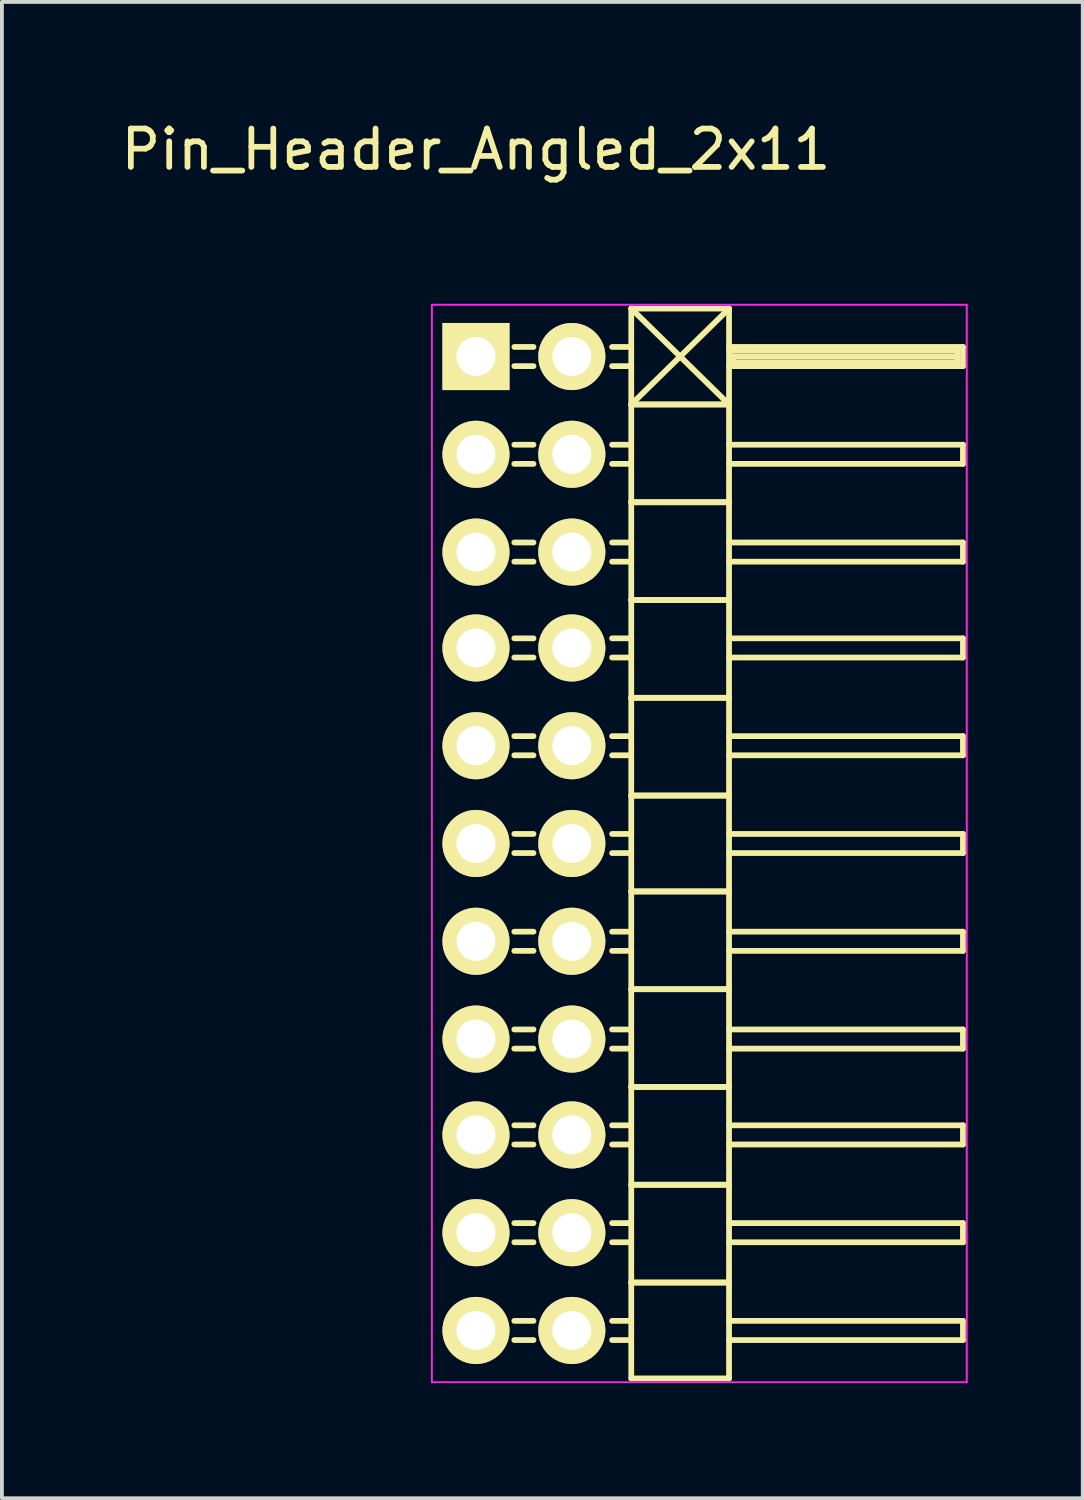
<source format=kicad_pcb>
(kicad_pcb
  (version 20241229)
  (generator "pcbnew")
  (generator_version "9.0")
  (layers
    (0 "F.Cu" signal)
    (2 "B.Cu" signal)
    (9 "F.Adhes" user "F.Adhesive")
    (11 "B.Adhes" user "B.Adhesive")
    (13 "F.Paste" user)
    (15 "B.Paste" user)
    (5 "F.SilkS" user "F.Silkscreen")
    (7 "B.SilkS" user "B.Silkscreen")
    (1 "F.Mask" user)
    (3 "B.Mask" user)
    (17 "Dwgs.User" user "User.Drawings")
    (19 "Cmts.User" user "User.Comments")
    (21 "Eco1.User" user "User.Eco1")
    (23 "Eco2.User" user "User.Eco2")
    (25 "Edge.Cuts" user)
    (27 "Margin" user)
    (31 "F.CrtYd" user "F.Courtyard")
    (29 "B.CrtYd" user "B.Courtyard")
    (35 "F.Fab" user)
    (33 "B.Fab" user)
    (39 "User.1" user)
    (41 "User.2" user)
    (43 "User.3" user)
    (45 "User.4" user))
  (footprint "Pin_Header_Angled_2x11"
    (layer "F.Cu")
    (at 9.363 6.248)
    (property "Reference" "Pin_Header_Angled_2x11" (at 0 -5.4 0) (layer "F.SilkS") (effects (font (size 1 1) (thickness 0.15))))
    (attr through_hole)
    (fp_line (start 1.5 -0.25) (end 1 -0.25) (stroke (width 0.15) (type solid)) (layer "F.SilkS"))
    (fp_line (start 1.5 0.25) (end 1 0.25) (stroke (width 0.15) (type solid)) (layer "F.SilkS"))
    (fp_line (start 1.5 2.3) (end 1 2.3) (stroke (width 0.15) (type solid)) (layer "F.SilkS"))
    (fp_line (start 1.5 2.8) (end 1 2.8) (stroke (width 0.15) (type solid)) (layer "F.SilkS"))
    (fp_line (start 1.5 4.85) (end 1 4.85) (stroke (width 0.15) (type solid)) (layer "F.SilkS"))
    (fp_line (start 1.5 5.35) (end 1 5.35) (stroke (width 0.15) (type solid)) (layer "F.SilkS"))
    (fp_line (start 1.5 7.35) (end 1 7.35) (stroke (width 0.15) (type solid)) (layer "F.SilkS"))
    (fp_line (start 1.5 7.85) (end 1 7.85) (stroke (width 0.15) (type solid)) (layer "F.SilkS"))
    (fp_line (start 1.5 9.9) (end 1 9.9) (stroke (width 0.15) (type solid)) (layer "F.SilkS"))
    (fp_line (start 1.5 10.4) (end 1 10.4) (stroke (width 0.15) (type solid)) (layer "F.SilkS"))
    (fp_line (start 1.5 12.45) (end 1 12.45) (stroke (width 0.15) (type solid)) (layer "F.SilkS"))
    (fp_line (start 1.5 12.95) (end 1 12.95) (stroke (width 0.15) (type solid)) (layer "F.SilkS"))
    (fp_line (start 1.5 15) (end 1 15) (stroke (width 0.15) (type solid)) (layer "F.SilkS"))
    (fp_line (start 1.5 15.5) (end 1 15.5) (stroke (width 0.15) (type solid)) (layer "F.SilkS"))
    (fp_line (start 1.5 17.55) (end 1 17.55) (stroke (width 0.15) (type solid)) (layer "F.SilkS"))
    (fp_line (start 1.5 18.05) (end 1 18.05) (stroke (width 0.15) (type solid)) (layer "F.SilkS"))
    (fp_line (start 1.5 20.05) (end 1 20.05) (stroke (width 0.15) (type solid)) (layer "F.SilkS"))
    (fp_line (start 1.5 20.55) (end 1 20.55) (stroke (width 0.15) (type solid)) (layer "F.SilkS"))
    (fp_line (start 1.5 22.6) (end 1 22.6) (stroke (width 0.15) (type solid)) (layer "F.SilkS"))
    (fp_line (start 1.5 23.1) (end 1 23.1) (stroke (width 0.15) (type solid)) (layer "F.SilkS"))
    (fp_line (start 1.5 25.15) (end 1 25.15) (stroke (width 0.15) (type solid)) (layer "F.SilkS"))
    (fp_line (start 1.5 25.65) (end 1 25.65) (stroke (width 0.15) (type solid)) (layer "F.SilkS"))
    (fp_line (start 4.05 -1.25) (end 4.05 1.25) (stroke (width 0.15) (type solid)) (layer "F.SilkS"))
    (fp_line (start 4.05 -1.25) (end 6.6 -1.25) (stroke (width 0.15) (type solid)) (layer "F.SilkS"))
    (fp_line (start 4.05 -1.25) (end 6.6 1.25) (stroke (width 0.15) (type solid)) (layer "F.SilkS"))
    (fp_line (start 4.05 -0.25) (end 3.55 -0.25) (stroke (width 0.15) (type solid)) (layer "F.SilkS"))
    (fp_line (start 4.05 0.25) (end 3.55 0.25) (stroke (width 0.15) (type solid)) (layer "F.SilkS"))
    (fp_line (start 4.05 1.25) (end 4.05 3.8) (stroke (width 0.15) (type solid)) (layer "F.SilkS"))
    (fp_line (start 4.05 1.25) (end 6.6 1.25) (stroke (width 0.15) (type solid)) (layer "F.SilkS"))
    (fp_line (start 4.05 1.25) (end 6.6 1.25) (stroke (width 0.15) (type solid)) (layer "F.SilkS"))
    (fp_line (start 4.05 2.3) (end 3.55 2.3) (stroke (width 0.15) (type solid)) (layer "F.SilkS"))
    (fp_line (start 4.05 2.8) (end 3.55 2.8) (stroke (width 0.15) (type solid)) (layer "F.SilkS"))
    (fp_line (start 4.05 3.8) (end 4.05 6.35) (stroke (width 0.15) (type solid)) (layer "F.SilkS"))
    (fp_line (start 4.05 3.8) (end 6.6 3.8) (stroke (width 0.15) (type solid)) (layer "F.SilkS"))
    (fp_line (start 4.05 3.8) (end 6.6 3.8) (stroke (width 0.15) (type solid)) (layer "F.SilkS"))
    (fp_line (start 4.05 4.85) (end 3.55 4.85) (stroke (width 0.15) (type solid)) (layer "F.SilkS"))
    (fp_line (start 4.05 5.35) (end 3.55 5.35) (stroke (width 0.15) (type solid)) (layer "F.SilkS"))
    (fp_line (start 4.05 6.35) (end 4.05 8.9) (stroke (width 0.15) (type solid)) (layer "F.SilkS"))
    (fp_line (start 4.05 6.35) (end 6.6 6.35) (stroke (width 0.15) (type solid)) (layer "F.SilkS"))
    (fp_line (start 4.05 6.35) (end 6.6 6.35) (stroke (width 0.15) (type solid)) (layer "F.SilkS"))
    (fp_line (start 4.05 7.35) (end 3.55 7.35) (stroke (width 0.15) (type solid)) (layer "F.SilkS"))
    (fp_line (start 4.05 7.85) (end 3.55 7.85) (stroke (width 0.15) (type solid)) (layer "F.SilkS"))
    (fp_line (start 4.05 8.9) (end 4.05 11.45) (stroke (width 0.15) (type solid)) (layer "F.SilkS"))
    (fp_line (start 4.05 8.9) (end 6.6 8.9) (stroke (width 0.15) (type solid)) (layer "F.SilkS"))
    (fp_line (start 4.05 8.9) (end 6.6 8.9) (stroke (width 0.15) (type solid)) (layer "F.SilkS"))
    (fp_line (start 4.05 9.9) (end 3.55 9.9) (stroke (width 0.15) (type solid)) (layer "F.SilkS"))
    (fp_line (start 4.05 10.4) (end 3.55 10.4) (stroke (width 0.15) (type solid)) (layer "F.SilkS"))
    (fp_line (start 4.05 11.45) (end 4.05 13.95) (stroke (width 0.15) (type solid)) (layer "F.SilkS"))
    (fp_line (start 4.05 11.45) (end 6.6 11.45) (stroke (width 0.15) (type solid)) (layer "F.SilkS"))
    (fp_line (start 4.05 11.45) (end 6.6 11.45) (stroke (width 0.15) (type solid)) (layer "F.SilkS"))
    (fp_line (start 4.05 12.45) (end 3.55 12.45) (stroke (width 0.15) (type solid)) (layer "F.SilkS"))
    (fp_line (start 4.05 12.95) (end 3.55 12.95) (stroke (width 0.15) (type solid)) (layer "F.SilkS"))
    (fp_line (start 4.05 13.95) (end 4.05 16.5) (stroke (width 0.15) (type solid)) (layer "F.SilkS"))
    (fp_line (start 4.05 13.95) (end 6.6 13.95) (stroke (width 0.15) (type solid)) (layer "F.SilkS"))
    (fp_line (start 4.05 13.95) (end 6.6 13.95) (stroke (width 0.15) (type solid)) (layer "F.SilkS"))
    (fp_line (start 4.05 15) (end 3.55 15) (stroke (width 0.15) (type solid)) (layer "F.SilkS"))
    (fp_line (start 4.05 15.5) (end 3.55 15.5) (stroke (width 0.15) (type solid)) (layer "F.SilkS"))
    (fp_line (start 4.05 16.5) (end 4.05 19.05) (stroke (width 0.15) (type solid)) (layer "F.SilkS"))
    (fp_line (start 4.05 16.5) (end 6.6 16.5) (stroke (width 0.15) (type solid)) (layer "F.SilkS"))
    (fp_line (start 4.05 16.5) (end 6.6 16.5) (stroke (width 0.15) (type solid)) (layer "F.SilkS"))
    (fp_line (start 4.05 17.55) (end 3.55 17.55) (stroke (width 0.15) (type solid)) (layer "F.SilkS"))
    (fp_line (start 4.05 18.05) (end 3.55 18.05) (stroke (width 0.15) (type solid)) (layer "F.SilkS"))
    (fp_line (start 4.05 19.05) (end 4.05 21.6) (stroke (width 0.15) (type solid)) (layer "F.SilkS"))
    (fp_line (start 4.05 19.05) (end 6.6 19.05) (stroke (width 0.15) (type solid)) (layer "F.SilkS"))
    (fp_line (start 4.05 19.05) (end 6.6 19.05) (stroke (width 0.15) (type solid)) (layer "F.SilkS"))
    (fp_line (start 4.05 20.05) (end 3.55 20.05) (stroke (width 0.15) (type solid)) (layer "F.SilkS"))
    (fp_line (start 4.05 20.55) (end 3.55 20.55) (stroke (width 0.15) (type solid)) (layer "F.SilkS"))
    (fp_line (start 4.05 21.6) (end 4.05 24.15) (stroke (width 0.15) (type solid)) (layer "F.SilkS"))
    (fp_line (start 4.05 21.6) (end 6.6 21.6) (stroke (width 0.15) (type solid)) (layer "F.SilkS"))
    (fp_line (start 4.05 21.6) (end 6.6 21.6) (stroke (width 0.15) (type solid)) (layer "F.SilkS"))
    (fp_line (start 4.05 22.6) (end 3.55 22.6) (stroke (width 0.15) (type solid)) (layer "F.SilkS"))
    (fp_line (start 4.05 23.1) (end 3.55 23.1) (stroke (width 0.15) (type solid)) (layer "F.SilkS"))
    (fp_line (start 4.05 24.15) (end 4.05 26.65) (stroke (width 0.15) (type solid)) (layer "F.SilkS"))
    (fp_line (start 4.05 24.15) (end 6.6 24.15) (stroke (width 0.15) (type solid)) (layer "F.SilkS"))
    (fp_line (start 4.05 24.15) (end 6.6 24.15) (stroke (width 0.15) (type solid)) (layer "F.SilkS"))
    (fp_line (start 4.05 25.15) (end 3.55 25.15) (stroke (width 0.15) (type solid)) (layer "F.SilkS"))
    (fp_line (start 4.05 25.65) (end 3.55 25.65) (stroke (width 0.15) (type solid)) (layer "F.SilkS"))
    (fp_line (start 4.05 26.65) (end 6.6 26.65) (stroke (width 0.15) (type solid)) (layer "F.SilkS"))
    (fp_line (start 6.6 -1.25) (end 4.05 1.25) (stroke (width 0.15) (type solid)) (layer "F.SilkS"))
    (fp_line (start 6.6 -0.25) (end 12.7 -0.25) (stroke (width 0.15) (type solid)) (layer "F.SilkS"))
    (fp_line (start 6.6 -0.15) (end 12.55 -0.15) (stroke (width 0.15) (type solid)) (layer "F.SilkS"))
    (fp_line (start 6.6 1.25) (end 6.6 -1.25) (stroke (width 0.15) (type solid)) (layer "F.SilkS"))
    (fp_line (start 6.6 2.3) (end 12.7 2.3) (stroke (width 0.15) (type solid)) (layer "F.SilkS"))
    (fp_line (start 6.6 3.8) (end 6.6 1.25) (stroke (width 0.15) (type solid)) (layer "F.SilkS"))
    (fp_line (start 6.6 4.85) (end 12.7 4.85) (stroke (width 0.15) (type solid)) (layer "F.SilkS"))
    (fp_line (start 6.6 6.35) (end 6.6 3.8) (stroke (width 0.15) (type solid)) (layer "F.SilkS"))
    (fp_line (start 6.6 7.35) (end 12.7 7.35) (stroke (width 0.15) (type solid)) (layer "F.SilkS"))
    (fp_line (start 6.6 8.9) (end 6.6 6.35) (stroke (width 0.15) (type solid)) (layer "F.SilkS"))
    (fp_line (start 6.6 9.9) (end 12.7 9.9) (stroke (width 0.15) (type solid)) (layer "F.SilkS"))
    (fp_line (start 6.6 11.45) (end 6.6 8.9) (stroke (width 0.15) (type solid)) (layer "F.SilkS"))
    (fp_line (start 6.6 12.45) (end 12.7 12.45) (stroke (width 0.15) (type solid)) (layer "F.SilkS"))
    (fp_line (start 6.6 13.95) (end 6.6 11.45) (stroke (width 0.15) (type solid)) (layer "F.SilkS"))
    (fp_line (start 6.6 15) (end 12.7 15) (stroke (width 0.15) (type solid)) (layer "F.SilkS"))
    (fp_line (start 6.6 16.5) (end 6.6 13.95) (stroke (width 0.15) (type solid)) (layer "F.SilkS"))
    (fp_line (start 6.6 17.55) (end 12.7 17.55) (stroke (width 0.15) (type solid)) (layer "F.SilkS"))
    (fp_line (start 6.6 19.05) (end 6.6 16.5) (stroke (width 0.15) (type solid)) (layer "F.SilkS"))
    (fp_line (start 6.6 20.05) (end 12.7 20.05) (stroke (width 0.15) (type solid)) (layer "F.SilkS"))
    (fp_line (start 6.6 21.6) (end 6.6 19.05) (stroke (width 0.15) (type solid)) (layer "F.SilkS"))
    (fp_line (start 6.6 22.6) (end 12.7 22.6) (stroke (width 0.15) (type solid)) (layer "F.SilkS"))
    (fp_line (start 6.6 24.15) (end 6.6 21.6) (stroke (width 0.15) (type solid)) (layer "F.SilkS"))
    (fp_line (start 6.6 25.15) (end 12.7 25.15) (stroke (width 0.15) (type solid)) (layer "F.SilkS"))
    (fp_line (start 6.6 26.65) (end 6.6 24.15) (stroke (width 0.15) (type solid)) (layer "F.SilkS"))
    (fp_line (start 6.7 0) (end 12.55 0) (stroke (width 0.15) (type solid)) (layer "F.SilkS"))
    (fp_line (start 6.7 0.15) (end 6.7 0) (stroke (width 0.15) (type solid)) (layer "F.SilkS"))
    (fp_line (start 12.55 -0.15) (end 12.55 0.15) (stroke (width 0.15) (type solid)) (layer "F.SilkS"))
    (fp_line (start 12.55 0.15) (end 6.7 0.15) (stroke (width 0.15) (type solid)) (layer "F.SilkS"))
    (fp_line (start 12.7 -0.25) (end 12.7 0.25) (stroke (width 0.15) (type solid)) (layer "F.SilkS"))
    (fp_line (start 12.7 0.25) (end 6.6 0.25) (stroke (width 0.15) (type solid)) (layer "F.SilkS"))
    (fp_line (start 12.7 2.3) (end 12.7 2.8) (stroke (width 0.15) (type solid)) (layer "F.SilkS"))
    (fp_line (start 12.7 2.8) (end 6.6 2.8) (stroke (width 0.15) (type solid)) (layer "F.SilkS"))
    (fp_line (start 12.7 4.85) (end 12.7 5.35) (stroke (width 0.15) (type solid)) (layer "F.SilkS"))
    (fp_line (start 12.7 5.35) (end 6.6 5.35) (stroke (width 0.15) (type solid)) (layer "F.SilkS"))
    (fp_line (start 12.7 7.35) (end 12.7 7.85) (stroke (width 0.15) (type solid)) (layer "F.SilkS"))
    (fp_line (start 12.7 7.85) (end 6.6 7.85) (stroke (width 0.15) (type solid)) (layer "F.SilkS"))
    (fp_line (start 12.7 9.9) (end 12.7 10.4) (stroke (width 0.15) (type solid)) (layer "F.SilkS"))
    (fp_line (start 12.7 10.4) (end 6.6 10.4) (stroke (width 0.15) (type solid)) (layer "F.SilkS"))
    (fp_line (start 12.7 12.45) (end 12.7 12.95) (stroke (width 0.15) (type solid)) (layer "F.SilkS"))
    (fp_line (start 12.7 12.95) (end 6.6 12.95) (stroke (width 0.15) (type solid)) (layer "F.SilkS"))
    (fp_line (start 12.7 15) (end 12.7 15.5) (stroke (width 0.15) (type solid)) (layer "F.SilkS"))
    (fp_line (start 12.7 15.5) (end 6.6 15.5) (stroke (width 0.15) (type solid)) (layer "F.SilkS"))
    (fp_line (start 12.7 17.55) (end 12.7 18.05) (stroke (width 0.15) (type solid)) (layer "F.SilkS"))
    (fp_line (start 12.7 18.05) (end 6.6 18.05) (stroke (width 0.15) (type solid)) (layer "F.SilkS"))
    (fp_line (start 12.7 20.05) (end 12.7 20.55) (stroke (width 0.15) (type solid)) (layer "F.SilkS"))
    (fp_line (start 12.7 20.55) (end 6.6 20.55) (stroke (width 0.15) (type solid)) (layer "F.SilkS"))
    (fp_line (start 12.7 22.6) (end 12.7 23.1) (stroke (width 0.15) (type solid)) (layer "F.SilkS"))
    (fp_line (start 12.7 23.1) (end 6.6 23.1) (stroke (width 0.15) (type solid)) (layer "F.SilkS"))
    (fp_line (start 12.7 25.15) (end 12.7 25.65) (stroke (width 0.15) (type solid)) (layer "F.SilkS"))
    (fp_line (start 12.7 25.65) (end 6.6 25.65) (stroke (width 0.15) (type solid)) (layer "F.SilkS"))
    (fp_line (start -1.15 -1.35) (end -1.15 26.75) (stroke (width 0.05) (type solid)) (layer "F.CrtYd"))
    (fp_line (start -1.15 -1.35) (end 12.8 -1.35) (stroke (width 0.05) (type solid)) (layer "F.CrtYd"))
    (fp_line (start -1.15 26.75) (end 12.8 26.75) (stroke (width 0.05) (type solid)) (layer "F.CrtYd"))
    (fp_line (start 12.8 -1.35) (end 12.8 26.75) (stroke (width 0.05) (type solid)) (layer "F.CrtYd"))
    (pad "1" thru_hole rect (at 0 0) (size 1.75 1.75) (drill 1.016) (layers "*.Cu" "*.Mask" "F.SilkS"))
    (pad "2" thru_hole oval (at 2.5 0) (size 1.75 1.75) (drill 1.016) (layers "*.Cu" "*.Mask" "F.SilkS"))
    (pad "3" thru_hole oval (at 0 2.55) (size 1.75 1.75) (drill 1.016) (layers "*.Cu" "*.Mask" "F.SilkS"))
    (pad "4" thru_hole oval (at 2.5 2.55) (size 1.75 1.75) (drill 1.016) (layers "*.Cu" "*.Mask" "F.SilkS"))
    (pad "5" thru_hole oval (at 0 5.1) (size 1.75 1.75) (drill 1.016) (layers "*.Cu" "*.Mask" "F.SilkS"))
    (pad "6" thru_hole oval (at 2.5 5.1) (size 1.75 1.75) (drill 1.016) (layers "*.Cu" "*.Mask" "F.SilkS"))
    (pad "7" thru_hole oval (at 0 7.6) (size 1.75 1.75) (drill 1.016) (layers "*.Cu" "*.Mask" "F.SilkS"))
    (pad "8" thru_hole oval (at 2.5 7.6) (size 1.75 1.75) (drill 1.016) (layers "*.Cu" "*.Mask" "F.SilkS"))
    (pad "9" thru_hole oval (at 0 10.15) (size 1.75 1.75) (drill 1.016) (layers "*.Cu" "*.Mask" "F.SilkS"))
    (pad "10" thru_hole oval (at 2.5 10.15) (size 1.75 1.75) (drill 1.016) (layers "*.Cu" "*.Mask" "F.SilkS"))
    (pad "11" thru_hole oval (at 0 12.7) (size 1.75 1.75) (drill 1.016) (layers "*.Cu" "*.Mask" "F.SilkS"))
    (pad "12" thru_hole oval (at 2.5 12.7) (size 1.75 1.75) (drill 1.016) (layers "*.Cu" "*.Mask" "F.SilkS"))
    (pad "13" thru_hole oval (at 0 15.25) (size 1.75 1.75) (drill 1.016) (layers "*.Cu" "*.Mask" "F.SilkS"))
    (pad "14" thru_hole oval (at 2.5 15.25) (size 1.75 1.75) (drill 1.016) (layers "*.Cu" "*.Mask" "F.SilkS"))
    (pad "15" thru_hole oval (at 0 17.8) (size 1.75 1.75) (drill 1.016) (layers "*.Cu" "*.Mask" "F.SilkS"))
    (pad "16" thru_hole oval (at 2.5 17.8) (size 1.75 1.75) (drill 1.016) (layers "*.Cu" "*.Mask" "F.SilkS"))
    (pad "17" thru_hole oval (at 0 20.3) (size 1.75 1.75) (drill 1.016) (layers "*.Cu" "*.Mask" "F.SilkS"))
    (pad "18" thru_hole oval (at 2.5 20.3) (size 1.75 1.75) (drill 1.016) (layers "*.Cu" "*.Mask" "F.SilkS"))
    (pad "19" thru_hole oval (at 0 22.85) (size 1.75 1.75) (drill 1.016) (layers "*.Cu" "*.Mask" "F.SilkS"))
    (pad "20" thru_hole oval (at 2.5 22.85) (size 1.75 1.75) (drill 1.016) (layers "*.Cu" "*.Mask" "F.SilkS"))
    (pad "21" thru_hole oval (at 0 25.4) (size 1.75 1.75) (drill 1.016) (layers "*.Cu" "*.Mask" "F.SilkS"))
    (pad "22" thru_hole oval (at 2.5 25.4) (size 1.75 1.75) (drill 1.016) (layers "*.Cu" "*.Mask" "F.SilkS")))
  (gr_rect
    (start -3 -3)
    (end 25.188 36.023)
    (stroke (width 0.1) (type default))
    (fill no)
    (layer "Edge.Cuts")))
</source>
